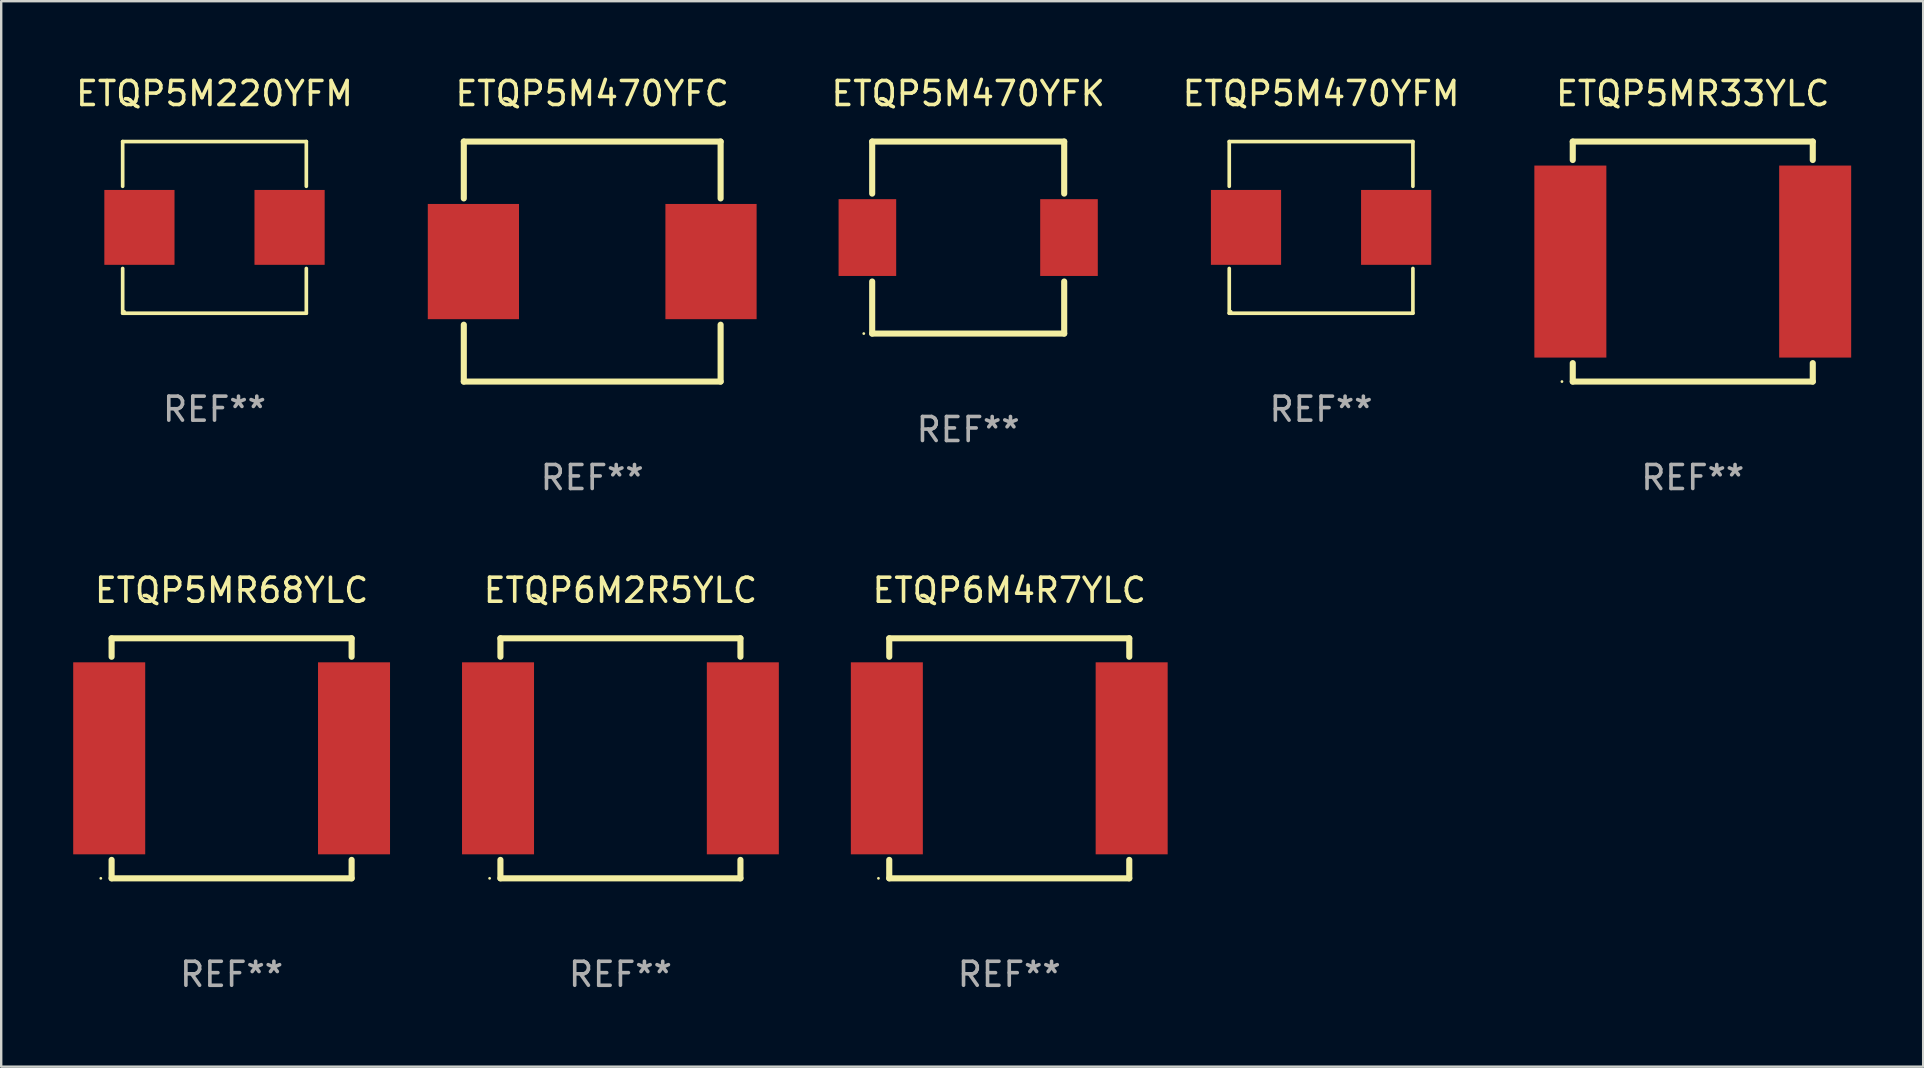
<source format=kicad_pcb>
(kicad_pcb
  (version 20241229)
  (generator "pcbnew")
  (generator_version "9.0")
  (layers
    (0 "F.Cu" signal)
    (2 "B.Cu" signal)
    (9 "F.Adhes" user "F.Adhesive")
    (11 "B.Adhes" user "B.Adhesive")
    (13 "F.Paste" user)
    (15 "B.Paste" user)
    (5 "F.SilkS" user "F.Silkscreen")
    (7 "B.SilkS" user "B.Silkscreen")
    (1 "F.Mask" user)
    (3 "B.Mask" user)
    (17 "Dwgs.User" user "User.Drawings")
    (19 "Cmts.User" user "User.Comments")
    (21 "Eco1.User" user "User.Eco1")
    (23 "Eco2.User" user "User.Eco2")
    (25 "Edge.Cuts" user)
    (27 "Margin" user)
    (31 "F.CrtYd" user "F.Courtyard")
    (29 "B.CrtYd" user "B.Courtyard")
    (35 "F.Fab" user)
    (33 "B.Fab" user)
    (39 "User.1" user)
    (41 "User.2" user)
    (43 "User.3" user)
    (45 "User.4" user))
  (footprint "ETQP5M470YFK"
    (layer "F.Cu")
    (at 37.289 6.848)
    (property "Reference" "ETQP5M470YFK" (at 0 -6 0) (layer "F.SilkS") (effects (font (size 1 1) (thickness 0.15))))
    (attr through_hole)
    (fp_line (start -4 -4) (end 4 -4) (stroke (width 0.254) (type solid)) (layer "F.SilkS"))
    (fp_line (start -4 -1.831) (end -4 -4) (stroke (width 0.254) (type solid)) (layer "F.SilkS"))
    (fp_line (start -4 4) (end -4 1.831) (stroke (width 0.254) (type solid)) (layer "F.SilkS"))
    (fp_line (start -4 4) (end 4 4) (stroke (width 0.254) (type solid)) (layer "F.SilkS"))
    (fp_line (start 4 -1.831) (end 4 -4) (stroke (width 0.254) (type solid)) (layer "F.SilkS"))
    (fp_line (start 4 4) (end 4 1.831) (stroke (width 0.254) (type solid)) (layer "F.SilkS"))
    (fp_circle (center -4.35 4) (end -4.32 4) (stroke (width 0.06) (type solid)) (fill no) (layer "F.SilkS"))
    (fp_text user "REF**" (at 0 8 0) (layer "F.Fab") (effects (font (size 1 1) (thickness 0.15))))
    (pad "1" smd rect (at -4.2 0) (size 2.4 3.2) (layers "F.Cu" "F.Mask" "F.Paste"))
    (pad "2" smd rect (at 4.2 0) (size 2.4 3.2) (layers "F.Cu" "F.Mask" "F.Paste")))
  (footprint "ETQP5M220YFM"
    (layer "F.Cu")
    (at 5.887 6.424)
    (property "Reference" "ETQP5M220YFM" (at 0 -5.576 0) (layer "F.SilkS") (effects (font (size 1 1) (thickness 0.15))))
    (attr through_hole)
    (fp_line (start -3.826 -3.576) (end 3.826 -3.576) (stroke (width 0.152) (type solid)) (layer "F.SilkS"))
    (fp_line (start -3.826 -1.712) (end -3.826 -3.576) (stroke (width 0.152) (type solid)) (layer "F.SilkS"))
    (fp_line (start -3.826 1.712) (end -3.826 3.576) (stroke (width 0.152) (type solid)) (layer "F.SilkS"))
    (fp_line (start -3.826 3.576) (end 3.826 3.576) (stroke (width 0.152) (type solid)) (layer "F.SilkS"))
    (fp_line (start 3.826 -3.576) (end 3.826 -1.712) (stroke (width 0.152) (type solid)) (layer "F.SilkS"))
    (fp_line (start 3.826 3.576) (end 3.826 1.712) (stroke (width 0.152) (type solid)) (layer "F.SilkS"))
    (fp_circle (center -3.75 3.5) (end -3.72 3.5) (stroke (width 0.06) (type solid)) (fill no) (layer "F.SilkS"))
    (fp_text user "REF**" (at 0 7.576 0) (layer "F.Fab") (effects (font (size 1 1) (thickness 0.15))))
    (pad "1" smd rect (at 3.128 0) (size 2.924 3.12) (layers "F.Cu" "F.Mask" "F.Paste"))
    (pad "2" smd rect (at -3.128 0) (size 2.924 3.12) (layers "F.Cu" "F.Mask" "F.Paste")))
  (footprint "ETQP5MR33YLC"
    (layer "F.Cu")
    (at 67.478 7.848)
    (property "Reference" "ETQP5MR33YLC" (at 0 -7 0) (layer "F.SilkS") (effects (font (size 1 1) (thickness 0.15))))
    (attr through_hole)
    (fp_line (start -5 -5) (end -5 -4.231) (stroke (width 0.254) (type solid)) (layer "F.SilkS"))
    (fp_line (start -5 4.231) (end -5 5) (stroke (width 0.254) (type solid)) (layer "F.SilkS"))
    (fp_line (start -5 5) (end 5 5) (stroke (width 0.254) (type solid)) (layer "F.SilkS"))
    (fp_line (start 5 -5) (end -5 -5) (stroke (width 0.254) (type solid)) (layer "F.SilkS"))
    (fp_line (start 5 -4.231) (end 5 -5) (stroke (width 0.254) (type solid)) (layer "F.SilkS"))
    (fp_line (start 5 5) (end 5 4.231) (stroke (width 0.254) (type solid)) (layer "F.SilkS"))
    (fp_circle (center -5.45 5) (end -5.42 5) (stroke (width 0.06) (type solid)) (fill no) (layer "F.SilkS"))
    (fp_text user "REF**" (at 0 9 0) (layer "F.Fab") (effects (font (size 1 1) (thickness 0.15))))
    (pad "1" smd rect (at -5.1 0) (size 3 8) (layers "F.Cu" "F.Mask" "F.Paste"))
    (pad "2" smd rect (at 5.1 0) (size 3 8) (layers "F.Cu" "F.Mask" "F.Paste")))
  (footprint "ETQP6M4R7YLC"
    (layer "F.Cu")
    (at 39 28.545)
    (property "Reference" "ETQP6M4R7YLC" (at 0 -7 0) (layer "F.SilkS") (effects (font (size 1 1) (thickness 0.15))))
    (attr through_hole)
    (fp_line (start -5 -5) (end -5 -4.231) (stroke (width 0.254) (type solid)) (layer "F.SilkS"))
    (fp_line (start -5 4.231) (end -5 5) (stroke (width 0.254) (type solid)) (layer "F.SilkS"))
    (fp_line (start -5 5) (end 5 5) (stroke (width 0.254) (type solid)) (layer "F.SilkS"))
    (fp_line (start 5 -5) (end -5 -5) (stroke (width 0.254) (type solid)) (layer "F.SilkS"))
    (fp_line (start 5 -4.231) (end 5 -5) (stroke (width 0.254) (type solid)) (layer "F.SilkS"))
    (fp_line (start 5 5) (end 5 4.231) (stroke (width 0.254) (type solid)) (layer "F.SilkS"))
    (fp_circle (center -5.45 5) (end -5.42 5) (stroke (width 0.06) (type solid)) (fill no) (layer "F.SilkS"))
    (fp_text user "REF**" (at 0 9 0) (layer "F.Fab") (effects (font (size 1 1) (thickness 0.15))))
    (pad "1" smd rect (at -5.1 0) (size 3 8) (layers "F.Cu" "F.Mask" "F.Paste"))
    (pad "2" smd rect (at 5.1 0) (size 3 8) (layers "F.Cu" "F.Mask" "F.Paste")))
  (footprint "ETQP5MR68YLC"
    (layer "F.Cu")
    (at 6.6 28.545)
    (property "Reference" "ETQP5MR68YLC" (at 0 -7 0) (layer "F.SilkS") (effects (font (size 1 1) (thickness 0.15))))
    (attr through_hole)
    (fp_line (start -5 -5) (end -5 -4.231) (stroke (width 0.254) (type solid)) (layer "F.SilkS"))
    (fp_line (start -5 4.231) (end -5 5) (stroke (width 0.254) (type solid)) (layer "F.SilkS"))
    (fp_line (start -5 5) (end 5 5) (stroke (width 0.254) (type solid)) (layer "F.SilkS"))
    (fp_line (start 5 -5) (end -5 -5) (stroke (width 0.254) (type solid)) (layer "F.SilkS"))
    (fp_line (start 5 -4.231) (end 5 -5) (stroke (width 0.254) (type solid)) (layer "F.SilkS"))
    (fp_line (start 5 5) (end 5 4.231) (stroke (width 0.254) (type solid)) (layer "F.SilkS"))
    (fp_circle (center -5.45 5) (end -5.42 5) (stroke (width 0.06) (type solid)) (fill no) (layer "F.SilkS"))
    (fp_text user "REF**" (at 0 9 0) (layer "F.Fab") (effects (font (size 1 1) (thickness 0.15))))
    (pad "1" smd rect (at -5.1 0) (size 3 8) (layers "F.Cu" "F.Mask" "F.Paste"))
    (pad "2" smd rect (at 5.1 0) (size 3 8) (layers "F.Cu" "F.Mask" "F.Paste")))
  (footprint "ETQP5M470YFM"
    (layer "F.Cu")
    (at 51.992 6.424)
    (property "Reference" "ETQP5M470YFM" (at 0 -5.576 0) (layer "F.SilkS") (effects (font (size 1 1) (thickness 0.15))))
    (attr through_hole)
    (fp_line (start -3.826 -3.576) (end 3.826 -3.576) (stroke (width 0.152) (type solid)) (layer "F.SilkS"))
    (fp_line (start -3.826 -1.712) (end -3.826 -3.576) (stroke (width 0.152) (type solid)) (layer "F.SilkS"))
    (fp_line (start -3.826 1.712) (end -3.826 3.576) (stroke (width 0.152) (type solid)) (layer "F.SilkS"))
    (fp_line (start -3.826 3.576) (end 3.826 3.576) (stroke (width 0.152) (type solid)) (layer "F.SilkS"))
    (fp_line (start 3.826 -3.576) (end 3.826 -1.712) (stroke (width 0.152) (type solid)) (layer "F.SilkS"))
    (fp_line (start 3.826 3.576) (end 3.826 1.712) (stroke (width 0.152) (type solid)) (layer "F.SilkS"))
    (fp_circle (center -3.75 3.5) (end -3.72 3.5) (stroke (width 0.06) (type solid)) (fill no) (layer "F.SilkS"))
    (fp_text user "REF**" (at 0 7.576 0) (layer "F.Fab") (effects (font (size 1 1) (thickness 0.15))))
    (pad "1" smd rect (at 3.128 0) (size 2.924 3.12) (layers "F.Cu" "F.Mask" "F.Paste"))
    (pad "2" smd rect (at -3.128 0) (size 2.924 3.12) (layers "F.Cu" "F.Mask" "F.Paste")))
  (footprint "ETQP5M470YFC"
    (layer "F.Cu")
    (at 21.624 7.848)
    (property "Reference" "ETQP5M470YFC" (at 0 -7 0) (layer "F.SilkS") (effects (font (size 1 1) (thickness 0.15))))
    (attr through_hole)
    (fp_line (start -5.35 -5) (end -5.35 -2.631) (stroke (width 0.254) (type solid)) (layer "F.SilkS"))
    (fp_line (start -5.35 -5) (end 5.35 -5) (stroke (width 0.254) (type solid)) (layer "F.SilkS"))
    (fp_line (start -5.35 2.631) (end -5.35 5) (stroke (width 0.254) (type solid)) (layer "F.SilkS"))
    (fp_line (start 5.35 -2.631) (end 5.35 -5) (stroke (width 0.254) (type solid)) (layer "F.SilkS"))
    (fp_line (start 5.35 5) (end -5.35 5) (stroke (width 0.254) (type solid)) (layer "F.SilkS"))
    (fp_line (start 5.35 5) (end 5.35 2.631) (stroke (width 0.254) (type solid)) (layer "F.SilkS"))
    (fp_circle (center -5.35 5) (end -5.32 5) (stroke (width 0.06) (type solid)) (fill no) (layer "F.SilkS"))
    (fp_text user "REF**" (at 0 9 0) (layer "F.Fab") (effects (font (size 1 1) (thickness 0.15))))
    (pad "1" smd rect (at -4.95 -0.000102) (size 3.8 4.8) (layers "F.Cu" "F.Mask" "F.Paste"))
    (pad "2" smd rect (at 4.95 -0.000102) (size 3.8 4.8) (layers "F.Cu" "F.Mask" "F.Paste")))
  (footprint "ETQP6M2R5YLC"
    (layer "F.Cu")
    (at 22.8 28.545)
    (property "Reference" "ETQP6M2R5YLC" (at 0 -7 0) (layer "F.SilkS") (effects (font (size 1 1) (thickness 0.15))))
    (attr through_hole)
    (fp_line (start -5 -5) (end -5 -4.231) (stroke (width 0.254) (type solid)) (layer "F.SilkS"))
    (fp_line (start -5 4.231) (end -5 5) (stroke (width 0.254) (type solid)) (layer "F.SilkS"))
    (fp_line (start -5 5) (end 5 5) (stroke (width 0.254) (type solid)) (layer "F.SilkS"))
    (fp_line (start 5 -5) (end -5 -5) (stroke (width 0.254) (type solid)) (layer "F.SilkS"))
    (fp_line (start 5 -4.231) (end 5 -5) (stroke (width 0.254) (type solid)) (layer "F.SilkS"))
    (fp_line (start 5 5) (end 5 4.231) (stroke (width 0.254) (type solid)) (layer "F.SilkS"))
    (fp_circle (center -5.45 5) (end -5.42 5) (stroke (width 0.06) (type solid)) (fill no) (layer "F.SilkS"))
    (fp_text user "REF**" (at 0 9 0) (layer "F.Fab") (effects (font (size 1 1) (thickness 0.15))))
    (pad "1" smd rect (at -5.1 0) (size 3 8) (layers "F.Cu" "F.Mask" "F.Paste"))
    (pad "2" smd rect (at 5.1 0) (size 3 8) (layers "F.Cu" "F.Mask" "F.Paste")))
  (gr_rect
    (start -3 -3)
    (end 77.078 41.393)
    (stroke (width 0.1) (type default))
    (fill no)
    (layer "Edge.Cuts")))
</source>
